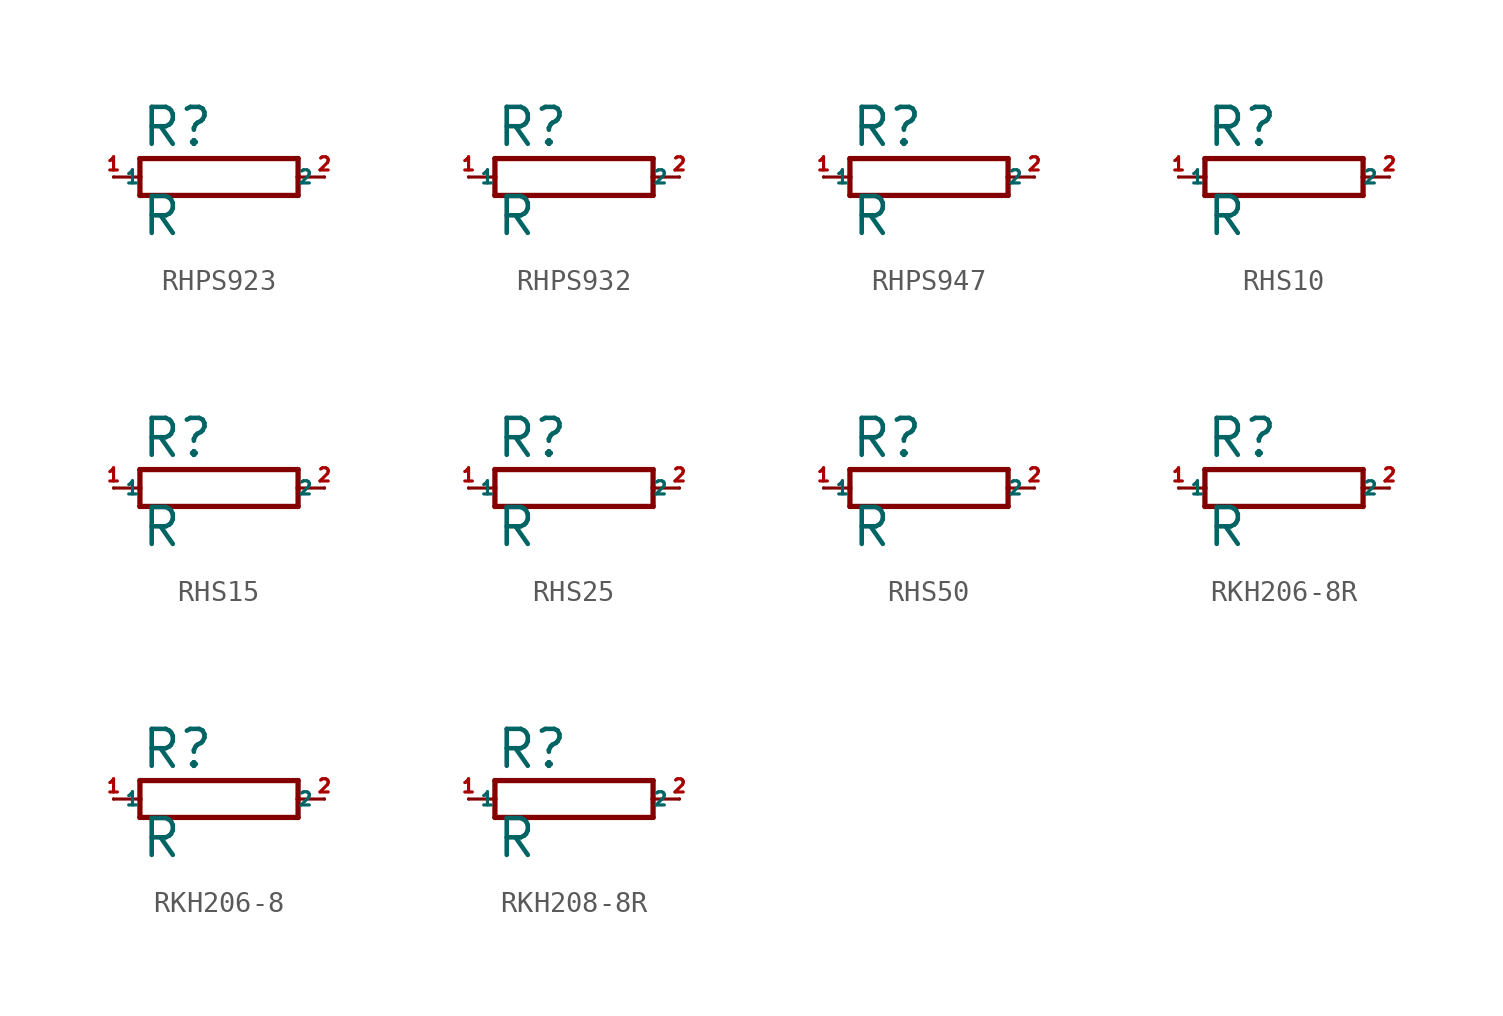
<source format=kicad_sym>
(kicad_symbol_lib
  (version 20220914)
  (generator Eagle2Kicad)
  (symbol "RHPS923"
    (property "Reference" "R"
      (at -3.81 1.372 0)
      (effects (font (size 1.778 1.778) (thickness 0.22)) (justify left bottom)))
    (property "Value" "R"
      (at -3.81 -2.921 0)
      (effects (font (size 1.778 1.778) (thickness 0.22)) (justify left bottom)))
    (polyline
      (pts (xy -3.81 -0.889) (xy 3.81 -0.889))
      (stroke (width 0.254) (type default))
      (fill (type none)))
    (polyline
      (pts (xy 3.81 -0.889) (xy 3.81 0))
      (stroke (width 0.254) (type default))
      (fill (type none)))
    (polyline
      (pts (xy 3.81 0.889) (xy -3.81 0.889))
      (stroke (width 0.254) (type default))
      (fill (type none)))
    (polyline
      (pts (xy -3.81 -0.889) (xy -3.81 0))
      (stroke (width 0.254) (type default))
      (fill (type none)))
    (polyline
      (pts (xy 3.81 0) (xy 5.08 0))
      (stroke (width 0.152) (type default))
      (fill (type none)))
    (polyline
      (pts (xy 3.81 0) (xy 3.81 0.889))
      (stroke (width 0.254) (type default))
      (fill (type none)))
    (polyline
      (pts (xy -5.08 0) (xy -3.81 0))
      (stroke (width 0.152) (type default))
      (fill (type none)))
    (polyline
      (pts (xy -3.81 0) (xy -3.81 0.889))
      (stroke (width 0.254) (type default))
      (fill (type none)))
    (pin passive line
      (at 5.08 0 180)
      (length 0)
      (name "2" (effects (font (size 0.635 0.635) (thickness 0.08)) (justify left bottom)))
      (number "2" (effects (font (size 0.635 0.635) (thickness 0.08)) (justify left bottom))))
    (pin passive line
      (at -5.08 0 0)
      (length 0)
      (name "1" (effects (font (size 0.635 0.635) (thickness 0.08)) (justify left bottom)))
      (number "1" (effects (font (size 0.635 0.635) (thickness 0.08)) (justify left bottom)))))
  (symbol "RHPS932"
    (property "Reference" "R"
      (at -3.81 1.372 0)
      (effects (font (size 1.778 1.778) (thickness 0.22)) (justify left bottom)))
    (property "Value" "R"
      (at -3.81 -2.921 0)
      (effects (font (size 1.778 1.778) (thickness 0.22)) (justify left bottom)))
    (polyline
      (pts (xy -3.81 -0.889) (xy 3.81 -0.889))
      (stroke (width 0.254) (type default))
      (fill (type none)))
    (polyline
      (pts (xy 3.81 -0.889) (xy 3.81 0))
      (stroke (width 0.254) (type default))
      (fill (type none)))
    (polyline
      (pts (xy 3.81 0.889) (xy -3.81 0.889))
      (stroke (width 0.254) (type default))
      (fill (type none)))
    (polyline
      (pts (xy -3.81 -0.889) (xy -3.81 0))
      (stroke (width 0.254) (type default))
      (fill (type none)))
    (polyline
      (pts (xy 3.81 0) (xy 5.08 0))
      (stroke (width 0.152) (type default))
      (fill (type none)))
    (polyline
      (pts (xy 3.81 0) (xy 3.81 0.889))
      (stroke (width 0.254) (type default))
      (fill (type none)))
    (polyline
      (pts (xy -5.08 0) (xy -3.81 0))
      (stroke (width 0.152) (type default))
      (fill (type none)))
    (polyline
      (pts (xy -3.81 0) (xy -3.81 0.889))
      (stroke (width 0.254) (type default))
      (fill (type none)))
    (pin passive line
      (at 5.08 0 180)
      (length 0)
      (name "2" (effects (font (size 0.635 0.635) (thickness 0.08)) (justify left bottom)))
      (number "2" (effects (font (size 0.635 0.635) (thickness 0.08)) (justify left bottom))))
    (pin passive line
      (at -5.08 0 0)
      (length 0)
      (name "1" (effects (font (size 0.635 0.635) (thickness 0.08)) (justify left bottom)))
      (number "1" (effects (font (size 0.635 0.635) (thickness 0.08)) (justify left bottom)))))
  (symbol "RHPS947"
    (property "Reference" "R"
      (at -3.81 1.372 0)
      (effects (font (size 1.778 1.778) (thickness 0.22)) (justify left bottom)))
    (property "Value" "R"
      (at -3.81 -2.921 0)
      (effects (font (size 1.778 1.778) (thickness 0.22)) (justify left bottom)))
    (polyline
      (pts (xy -3.81 -0.889) (xy 3.81 -0.889))
      (stroke (width 0.254) (type default))
      (fill (type none)))
    (polyline
      (pts (xy 3.81 -0.889) (xy 3.81 0))
      (stroke (width 0.254) (type default))
      (fill (type none)))
    (polyline
      (pts (xy 3.81 0.889) (xy -3.81 0.889))
      (stroke (width 0.254) (type default))
      (fill (type none)))
    (polyline
      (pts (xy -3.81 -0.889) (xy -3.81 0))
      (stroke (width 0.254) (type default))
      (fill (type none)))
    (polyline
      (pts (xy 3.81 0) (xy 5.08 0))
      (stroke (width 0.152) (type default))
      (fill (type none)))
    (polyline
      (pts (xy 3.81 0) (xy 3.81 0.889))
      (stroke (width 0.254) (type default))
      (fill (type none)))
    (polyline
      (pts (xy -5.08 0) (xy -3.81 0))
      (stroke (width 0.152) (type default))
      (fill (type none)))
    (polyline
      (pts (xy -3.81 0) (xy -3.81 0.889))
      (stroke (width 0.254) (type default))
      (fill (type none)))
    (pin passive line
      (at 5.08 0 180)
      (length 0)
      (name "2" (effects (font (size 0.635 0.635) (thickness 0.08)) (justify left bottom)))
      (number "2" (effects (font (size 0.635 0.635) (thickness 0.08)) (justify left bottom))))
    (pin passive line
      (at -5.08 0 0)
      (length 0)
      (name "1" (effects (font (size 0.635 0.635) (thickness 0.08)) (justify left bottom)))
      (number "1" (effects (font (size 0.635 0.635) (thickness 0.08)) (justify left bottom)))))
  (symbol "RHS10"
    (property "Reference" "R"
      (at -3.81 1.372 0)
      (effects (font (size 1.778 1.778) (thickness 0.22)) (justify left bottom)))
    (property "Value" "R"
      (at -3.81 -2.921 0)
      (effects (font (size 1.778 1.778) (thickness 0.22)) (justify left bottom)))
    (polyline
      (pts (xy -3.81 -0.889) (xy 3.81 -0.889))
      (stroke (width 0.254) (type default))
      (fill (type none)))
    (polyline
      (pts (xy 3.81 -0.889) (xy 3.81 0))
      (stroke (width 0.254) (type default))
      (fill (type none)))
    (polyline
      (pts (xy 3.81 0.889) (xy -3.81 0.889))
      (stroke (width 0.254) (type default))
      (fill (type none)))
    (polyline
      (pts (xy -3.81 -0.889) (xy -3.81 0))
      (stroke (width 0.254) (type default))
      (fill (type none)))
    (polyline
      (pts (xy 3.81 0) (xy 5.08 0))
      (stroke (width 0.152) (type default))
      (fill (type none)))
    (polyline
      (pts (xy 3.81 0) (xy 3.81 0.889))
      (stroke (width 0.254) (type default))
      (fill (type none)))
    (polyline
      (pts (xy -5.08 0) (xy -3.81 0))
      (stroke (width 0.152) (type default))
      (fill (type none)))
    (polyline
      (pts (xy -3.81 0) (xy -3.81 0.889))
      (stroke (width 0.254) (type default))
      (fill (type none)))
    (pin passive line
      (at 5.08 0 180)
      (length 0)
      (name "2" (effects (font (size 0.635 0.635) (thickness 0.08)) (justify left bottom)))
      (number "2" (effects (font (size 0.635 0.635) (thickness 0.08)) (justify left bottom))))
    (pin passive line
      (at -5.08 0 0)
      (length 0)
      (name "1" (effects (font (size 0.635 0.635) (thickness 0.08)) (justify left bottom)))
      (number "1" (effects (font (size 0.635 0.635) (thickness 0.08)) (justify left bottom)))))
  (symbol "RHS15"
    (property "Reference" "R"
      (at -3.81 1.372 0)
      (effects (font (size 1.778 1.778) (thickness 0.22)) (justify left bottom)))
    (property "Value" "R"
      (at -3.81 -2.921 0)
      (effects (font (size 1.778 1.778) (thickness 0.22)) (justify left bottom)))
    (polyline
      (pts (xy -3.81 -0.889) (xy 3.81 -0.889))
      (stroke (width 0.254) (type default))
      (fill (type none)))
    (polyline
      (pts (xy 3.81 -0.889) (xy 3.81 0))
      (stroke (width 0.254) (type default))
      (fill (type none)))
    (polyline
      (pts (xy 3.81 0.889) (xy -3.81 0.889))
      (stroke (width 0.254) (type default))
      (fill (type none)))
    (polyline
      (pts (xy -3.81 -0.889) (xy -3.81 0))
      (stroke (width 0.254) (type default))
      (fill (type none)))
    (polyline
      (pts (xy 3.81 0) (xy 5.08 0))
      (stroke (width 0.152) (type default))
      (fill (type none)))
    (polyline
      (pts (xy 3.81 0) (xy 3.81 0.889))
      (stroke (width 0.254) (type default))
      (fill (type none)))
    (polyline
      (pts (xy -5.08 0) (xy -3.81 0))
      (stroke (width 0.152) (type default))
      (fill (type none)))
    (polyline
      (pts (xy -3.81 0) (xy -3.81 0.889))
      (stroke (width 0.254) (type default))
      (fill (type none)))
    (pin passive line
      (at 5.08 0 180)
      (length 0)
      (name "2" (effects (font (size 0.635 0.635) (thickness 0.08)) (justify left bottom)))
      (number "2" (effects (font (size 0.635 0.635) (thickness 0.08)) (justify left bottom))))
    (pin passive line
      (at -5.08 0 0)
      (length 0)
      (name "1" (effects (font (size 0.635 0.635) (thickness 0.08)) (justify left bottom)))
      (number "1" (effects (font (size 0.635 0.635) (thickness 0.08)) (justify left bottom)))))
  (symbol "RHS25"
    (property "Reference" "R"
      (at -3.81 1.372 0)
      (effects (font (size 1.778 1.778) (thickness 0.22)) (justify left bottom)))
    (property "Value" "R"
      (at -3.81 -2.921 0)
      (effects (font (size 1.778 1.778) (thickness 0.22)) (justify left bottom)))
    (polyline
      (pts (xy -3.81 -0.889) (xy 3.81 -0.889))
      (stroke (width 0.254) (type default))
      (fill (type none)))
    (polyline
      (pts (xy 3.81 -0.889) (xy 3.81 0))
      (stroke (width 0.254) (type default))
      (fill (type none)))
    (polyline
      (pts (xy 3.81 0.889) (xy -3.81 0.889))
      (stroke (width 0.254) (type default))
      (fill (type none)))
    (polyline
      (pts (xy -3.81 -0.889) (xy -3.81 0))
      (stroke (width 0.254) (type default))
      (fill (type none)))
    (polyline
      (pts (xy 3.81 0) (xy 5.08 0))
      (stroke (width 0.152) (type default))
      (fill (type none)))
    (polyline
      (pts (xy 3.81 0) (xy 3.81 0.889))
      (stroke (width 0.254) (type default))
      (fill (type none)))
    (polyline
      (pts (xy -5.08 0) (xy -3.81 0))
      (stroke (width 0.152) (type default))
      (fill (type none)))
    (polyline
      (pts (xy -3.81 0) (xy -3.81 0.889))
      (stroke (width 0.254) (type default))
      (fill (type none)))
    (pin passive line
      (at 5.08 0 180)
      (length 0)
      (name "2" (effects (font (size 0.635 0.635) (thickness 0.08)) (justify left bottom)))
      (number "2" (effects (font (size 0.635 0.635) (thickness 0.08)) (justify left bottom))))
    (pin passive line
      (at -5.08 0 0)
      (length 0)
      (name "1" (effects (font (size 0.635 0.635) (thickness 0.08)) (justify left bottom)))
      (number "1" (effects (font (size 0.635 0.635) (thickness 0.08)) (justify left bottom)))))
  (symbol "RHS50"
    (property "Reference" "R"
      (at -3.81 1.372 0)
      (effects (font (size 1.778 1.778) (thickness 0.22)) (justify left bottom)))
    (property "Value" "R"
      (at -3.81 -2.921 0)
      (effects (font (size 1.778 1.778) (thickness 0.22)) (justify left bottom)))
    (polyline
      (pts (xy -3.81 -0.889) (xy 3.81 -0.889))
      (stroke (width 0.254) (type default))
      (fill (type none)))
    (polyline
      (pts (xy 3.81 -0.889) (xy 3.81 0))
      (stroke (width 0.254) (type default))
      (fill (type none)))
    (polyline
      (pts (xy 3.81 0.889) (xy -3.81 0.889))
      (stroke (width 0.254) (type default))
      (fill (type none)))
    (polyline
      (pts (xy -3.81 -0.889) (xy -3.81 0))
      (stroke (width 0.254) (type default))
      (fill (type none)))
    (polyline
      (pts (xy 3.81 0) (xy 5.08 0))
      (stroke (width 0.152) (type default))
      (fill (type none)))
    (polyline
      (pts (xy 3.81 0) (xy 3.81 0.889))
      (stroke (width 0.254) (type default))
      (fill (type none)))
    (polyline
      (pts (xy -5.08 0) (xy -3.81 0))
      (stroke (width 0.152) (type default))
      (fill (type none)))
    (polyline
      (pts (xy -3.81 0) (xy -3.81 0.889))
      (stroke (width 0.254) (type default))
      (fill (type none)))
    (pin passive line
      (at 5.08 0 180)
      (length 0)
      (name "2" (effects (font (size 0.635 0.635) (thickness 0.08)) (justify left bottom)))
      (number "2" (effects (font (size 0.635 0.635) (thickness 0.08)) (justify left bottom))))
    (pin passive line
      (at -5.08 0 0)
      (length 0)
      (name "1" (effects (font (size 0.635 0.635) (thickness 0.08)) (justify left bottom)))
      (number "1" (effects (font (size 0.635 0.635) (thickness 0.08)) (justify left bottom)))))
  (symbol "RKH206-8R"
    (property "Reference" "R"
      (at -3.81 1.372 0)
      (effects (font (size 1.778 1.778) (thickness 0.22)) (justify left bottom)))
    (property "Value" "R"
      (at -3.81 -2.921 0)
      (effects (font (size 1.778 1.778) (thickness 0.22)) (justify left bottom)))
    (polyline
      (pts (xy -3.81 -0.889) (xy 3.81 -0.889))
      (stroke (width 0.254) (type default))
      (fill (type none)))
    (polyline
      (pts (xy 3.81 -0.889) (xy 3.81 0))
      (stroke (width 0.254) (type default))
      (fill (type none)))
    (polyline
      (pts (xy 3.81 0.889) (xy -3.81 0.889))
      (stroke (width 0.254) (type default))
      (fill (type none)))
    (polyline
      (pts (xy -3.81 -0.889) (xy -3.81 0))
      (stroke (width 0.254) (type default))
      (fill (type none)))
    (polyline
      (pts (xy 3.81 0) (xy 5.08 0))
      (stroke (width 0.152) (type default))
      (fill (type none)))
    (polyline
      (pts (xy 3.81 0) (xy 3.81 0.889))
      (stroke (width 0.254) (type default))
      (fill (type none)))
    (polyline
      (pts (xy -5.08 0) (xy -3.81 0))
      (stroke (width 0.152) (type default))
      (fill (type none)))
    (polyline
      (pts (xy -3.81 0) (xy -3.81 0.889))
      (stroke (width 0.254) (type default))
      (fill (type none)))
    (pin passive line
      (at 5.08 0 180)
      (length 0)
      (name "2" (effects (font (size 0.635 0.635) (thickness 0.08)) (justify left bottom)))
      (number "2" (effects (font (size 0.635 0.635) (thickness 0.08)) (justify left bottom))))
    (pin passive line
      (at -5.08 0 0)
      (length 0)
      (name "1" (effects (font (size 0.635 0.635) (thickness 0.08)) (justify left bottom)))
      (number "1" (effects (font (size 0.635 0.635) (thickness 0.08)) (justify left bottom)))))
  (symbol "RKH206-8"
    (property "Reference" "R"
      (at -3.81 1.372 0)
      (effects (font (size 1.778 1.778) (thickness 0.22)) (justify left bottom)))
    (property "Value" "R"
      (at -3.81 -2.921 0)
      (effects (font (size 1.778 1.778) (thickness 0.22)) (justify left bottom)))
    (polyline
      (pts (xy -3.81 -0.889) (xy 3.81 -0.889))
      (stroke (width 0.254) (type default))
      (fill (type none)))
    (polyline
      (pts (xy 3.81 -0.889) (xy 3.81 0))
      (stroke (width 0.254) (type default))
      (fill (type none)))
    (polyline
      (pts (xy 3.81 0.889) (xy -3.81 0.889))
      (stroke (width 0.254) (type default))
      (fill (type none)))
    (polyline
      (pts (xy -3.81 -0.889) (xy -3.81 0))
      (stroke (width 0.254) (type default))
      (fill (type none)))
    (polyline
      (pts (xy 3.81 0) (xy 5.08 0))
      (stroke (width 0.152) (type default))
      (fill (type none)))
    (polyline
      (pts (xy 3.81 0) (xy 3.81 0.889))
      (stroke (width 0.254) (type default))
      (fill (type none)))
    (polyline
      (pts (xy -5.08 0) (xy -3.81 0))
      (stroke (width 0.152) (type default))
      (fill (type none)))
    (polyline
      (pts (xy -3.81 0) (xy -3.81 0.889))
      (stroke (width 0.254) (type default))
      (fill (type none)))
    (pin passive line
      (at 5.08 0 180)
      (length 0)
      (name "2" (effects (font (size 0.635 0.635) (thickness 0.08)) (justify left bottom)))
      (number "2" (effects (font (size 0.635 0.635) (thickness 0.08)) (justify left bottom))))
    (pin passive line
      (at -5.08 0 0)
      (length 0)
      (name "1" (effects (font (size 0.635 0.635) (thickness 0.08)) (justify left bottom)))
      (number "1" (effects (font (size 0.635 0.635) (thickness 0.08)) (justify left bottom)))))
  (symbol "RKH208-8R"
    (property "Reference" "R"
      (at -3.81 1.372 0)
      (effects (font (size 1.778 1.778) (thickness 0.22)) (justify left bottom)))
    (property "Value" "R"
      (at -3.81 -2.921 0)
      (effects (font (size 1.778 1.778) (thickness 0.22)) (justify left bottom)))
    (polyline
      (pts (xy -3.81 -0.889) (xy 3.81 -0.889))
      (stroke (width 0.254) (type default))
      (fill (type none)))
    (polyline
      (pts (xy 3.81 -0.889) (xy 3.81 0))
      (stroke (width 0.254) (type default))
      (fill (type none)))
    (polyline
      (pts (xy 3.81 0.889) (xy -3.81 0.889))
      (stroke (width 0.254) (type default))
      (fill (type none)))
    (polyline
      (pts (xy -3.81 -0.889) (xy -3.81 0))
      (stroke (width 0.254) (type default))
      (fill (type none)))
    (polyline
      (pts (xy 3.81 0) (xy 5.08 0))
      (stroke (width 0.152) (type default))
      (fill (type none)))
    (polyline
      (pts (xy 3.81 0) (xy 3.81 0.889))
      (stroke (width 0.254) (type default))
      (fill (type none)))
    (polyline
      (pts (xy -5.08 0) (xy -3.81 0))
      (stroke (width 0.152) (type default))
      (fill (type none)))
    (polyline
      (pts (xy -3.81 0) (xy -3.81 0.889))
      (stroke (width 0.254) (type default))
      (fill (type none)))
    (pin passive line
      (at 5.08 0 180)
      (length 0)
      (name "2" (effects (font (size 0.635 0.635) (thickness 0.08)) (justify left bottom)))
      (number "2" (effects (font (size 0.635 0.635) (thickness 0.08)) (justify left bottom))))
    (pin passive line
      (at -5.08 0 0)
      (length 0)
      (name "1" (effects (font (size 0.635 0.635) (thickness 0.08)) (justify left bottom)))
      (number "1" (effects (font (size 0.635 0.635) (thickness 0.08)) (justify left bottom))))))
</source>
